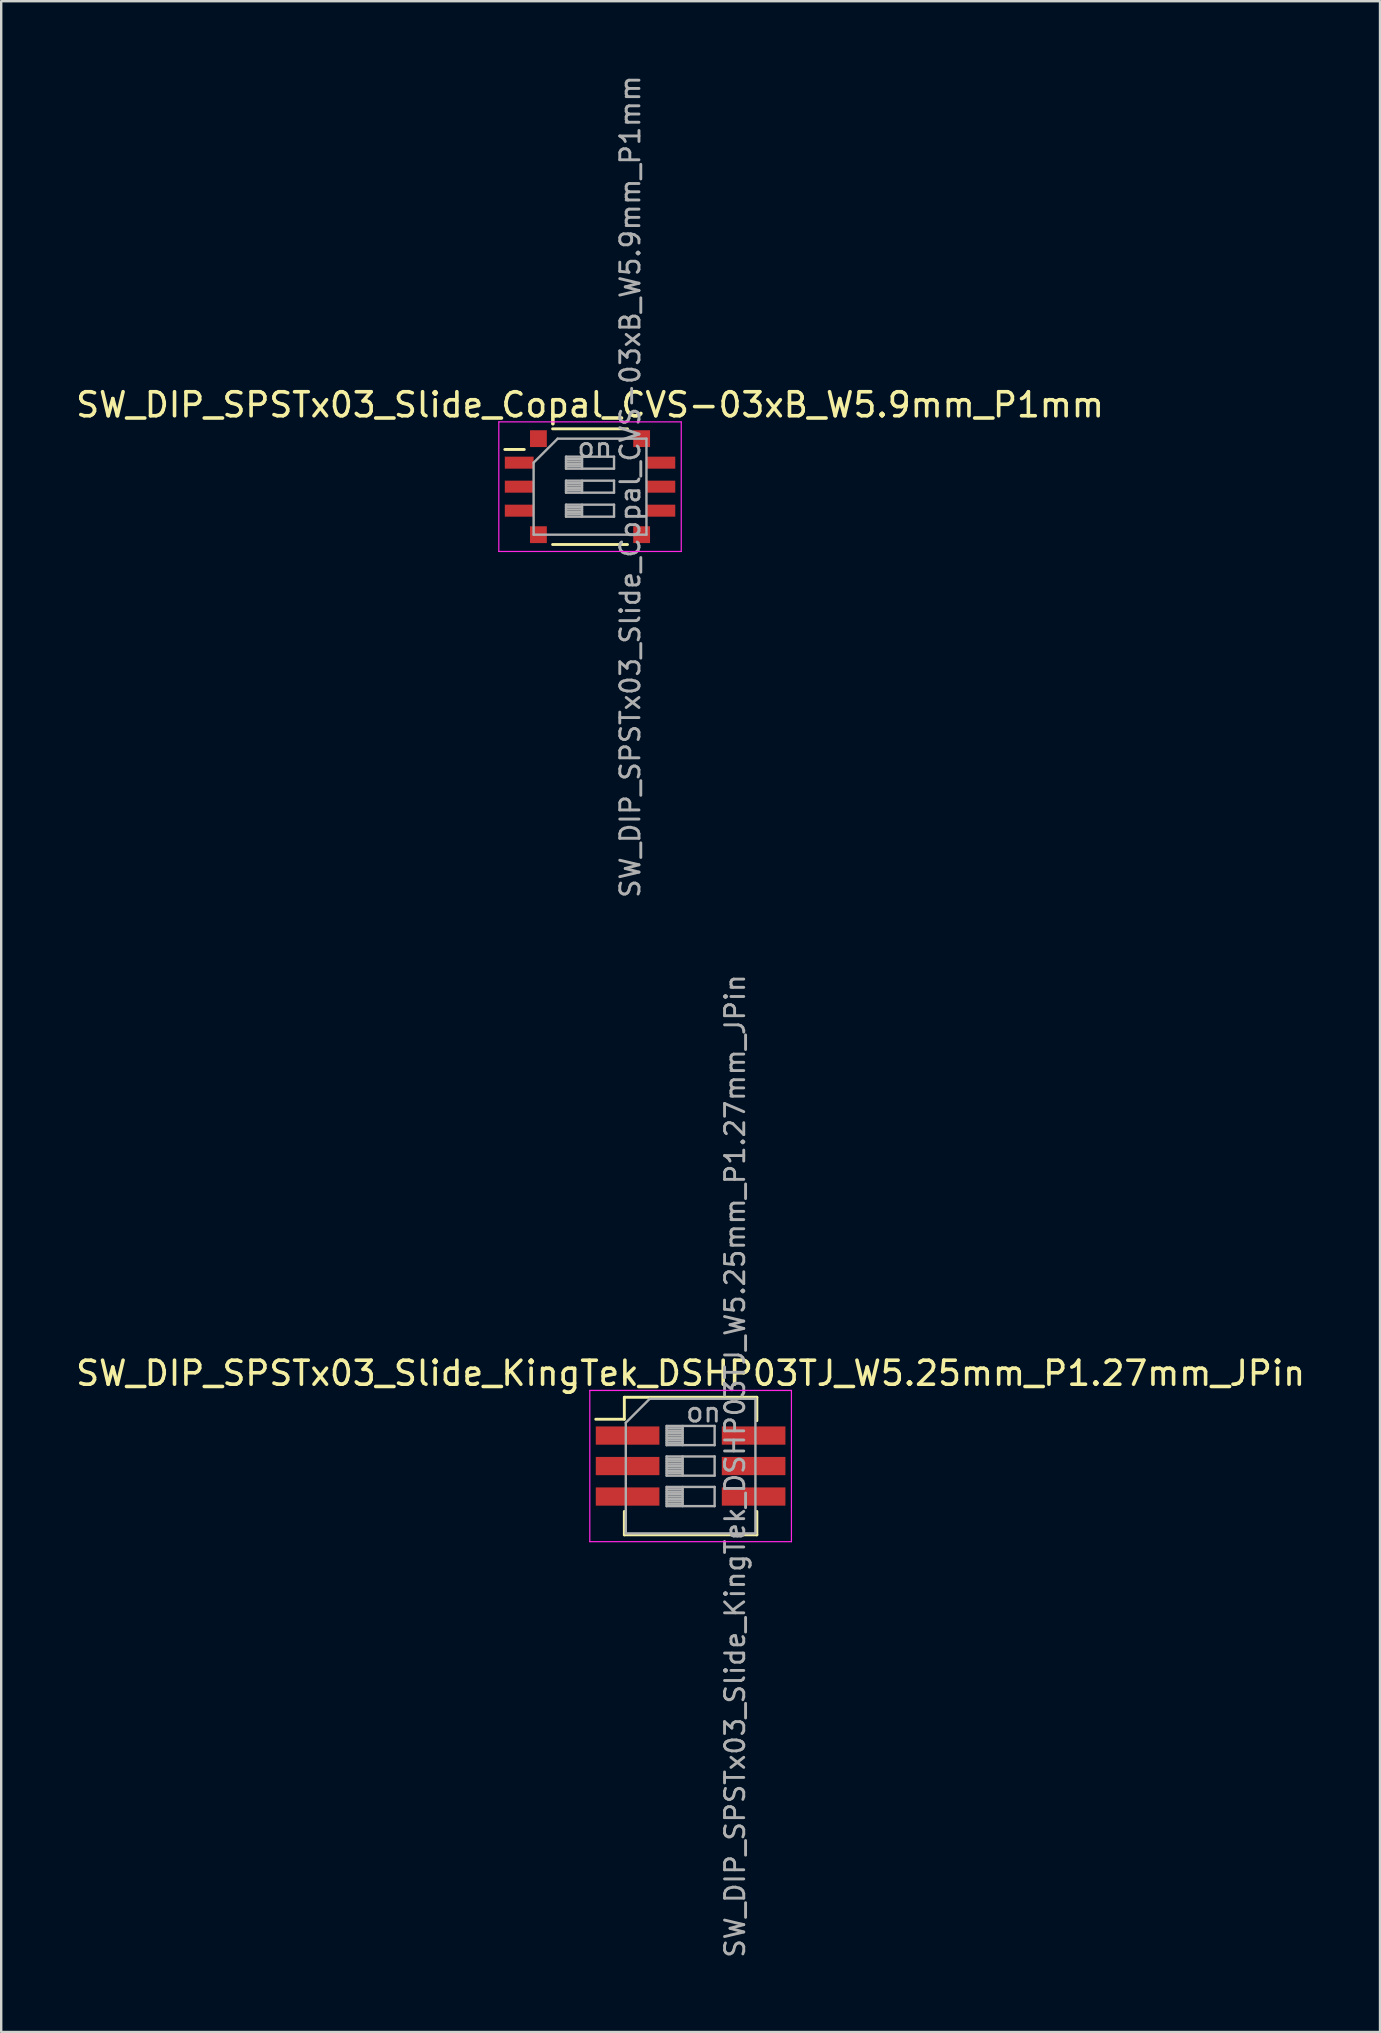
<source format=kicad_pcb>
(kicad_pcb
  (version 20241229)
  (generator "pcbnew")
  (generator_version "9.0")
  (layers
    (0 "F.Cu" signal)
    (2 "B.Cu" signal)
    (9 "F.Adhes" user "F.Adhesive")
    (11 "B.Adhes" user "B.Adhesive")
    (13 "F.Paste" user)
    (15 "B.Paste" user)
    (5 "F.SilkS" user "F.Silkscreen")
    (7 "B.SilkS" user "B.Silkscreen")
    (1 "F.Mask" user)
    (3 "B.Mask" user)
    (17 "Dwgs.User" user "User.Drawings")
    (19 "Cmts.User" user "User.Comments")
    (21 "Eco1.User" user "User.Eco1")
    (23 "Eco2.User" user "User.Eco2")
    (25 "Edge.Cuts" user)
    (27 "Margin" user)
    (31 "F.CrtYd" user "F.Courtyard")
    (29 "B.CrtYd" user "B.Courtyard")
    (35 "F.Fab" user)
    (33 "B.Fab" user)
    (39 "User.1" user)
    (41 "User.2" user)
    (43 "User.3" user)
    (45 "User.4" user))
  (footprint "SW_DIP_SPSTx03_Slide_Copal_CVS-03xB_W5.9mm_P1mm"
    (layer "F.Cu")
    (at 21.53 17.224)
    (property "Reference" "SW_DIP_SPSTx03_Slide_Copal_CVS-03xB_W5.9mm_P1mm" (at 0 -3.41 0) (layer "F.SilkS") (effects (font (size 1 1) (thickness 0.15))))
    (attr smd)
    (fp_line (start -3.55 -1.55) (end -2.739 -1.55) (stroke (width 0.12) (type solid)) (layer "F.SilkS"))
    (fp_line (start -1.56 -2.41) (end 1.561 -2.41) (stroke (width 0.12) (type solid)) (layer "F.SilkS"))
    (fp_line (start -1.56 2.41) (end 1.561 2.41) (stroke (width 0.12) (type solid)) (layer "F.SilkS"))
    (fp_line (start -3.8 -2.7) (end -3.8 2.7) (stroke (width 0.05) (type solid)) (layer "F.CrtYd"))
    (fp_line (start -3.8 2.7) (end 3.8 2.7) (stroke (width 0.05) (type solid)) (layer "F.CrtYd"))
    (fp_line (start 3.8 -2.7) (end -3.8 -2.7) (stroke (width 0.05) (type solid)) (layer "F.CrtYd"))
    (fp_line (start 3.8 2.7) (end 3.8 -2.7) (stroke (width 0.05) (type solid)) (layer "F.CrtYd"))
    (fp_line (start -2.35 -1) (end -1.35 -2) (stroke (width 0.1) (type solid)) (layer "F.Fab"))
    (fp_line (start -2.35 2) (end -2.35 -1) (stroke (width 0.1) (type solid)) (layer "F.Fab"))
    (fp_line (start -1.35 -2) (end 2.35 -2) (stroke (width 0.1) (type solid)) (layer "F.Fab"))
    (fp_line (start -1 -1.25) (end -1 -0.75) (stroke (width 0.1) (type solid)) (layer "F.Fab"))
    (fp_line (start -1 -1.15) (end -0.333 -1.15) (stroke (width 0.1) (type solid)) (layer "F.Fab"))
    (fp_line (start -1 -1.05) (end -0.333 -1.05) (stroke (width 0.1) (type solid)) (layer "F.Fab"))
    (fp_line (start -1 -0.95) (end -0.333 -0.95) (stroke (width 0.1) (type solid)) (layer "F.Fab"))
    (fp_line (start -1 -0.85) (end -0.333 -0.85) (stroke (width 0.1) (type solid)) (layer "F.Fab"))
    (fp_line (start -1 -0.75) (end 1 -0.75) (stroke (width 0.1) (type solid)) (layer "F.Fab"))
    (fp_line (start -1 -0.25) (end -1 0.25) (stroke (width 0.1) (type solid)) (layer "F.Fab"))
    (fp_line (start -1 -0.15) (end -0.333 -0.15) (stroke (width 0.1) (type solid)) (layer "F.Fab"))
    (fp_line (start -1 -0.05) (end -0.333 -0.05) (stroke (width 0.1) (type solid)) (layer "F.Fab"))
    (fp_line (start -1 0.05) (end -0.333 0.05) (stroke (width 0.1) (type solid)) (layer "F.Fab"))
    (fp_line (start -1 0.15) (end -0.333 0.15) (stroke (width 0.1) (type solid)) (layer "F.Fab"))
    (fp_line (start -1 0.25) (end 1 0.25) (stroke (width 0.1) (type solid)) (layer "F.Fab"))
    (fp_line (start -1 0.75) (end -1 1.25) (stroke (width 0.1) (type solid)) (layer "F.Fab"))
    (fp_line (start -1 0.85) (end -0.333 0.85) (stroke (width 0.1) (type solid)) (layer "F.Fab"))
    (fp_line (start -1 0.95) (end -0.333 0.95) (stroke (width 0.1) (type solid)) (layer "F.Fab"))
    (fp_line (start -1 1.05) (end -0.333 1.05) (stroke (width 0.1) (type solid)) (layer "F.Fab"))
    (fp_line (start -1 1.15) (end -0.333 1.15) (stroke (width 0.1) (type solid)) (layer "F.Fab"))
    (fp_line (start -1 1.25) (end 1 1.25) (stroke (width 0.1) (type solid)) (layer "F.Fab"))
    (fp_line (start -0.333 -1.25) (end -0.333 -0.75) (stroke (width 0.1) (type solid)) (layer "F.Fab"))
    (fp_line (start -0.333 -0.25) (end -0.333 0.25) (stroke (width 0.1) (type solid)) (layer "F.Fab"))
    (fp_line (start -0.333 0.75) (end -0.333 1.25) (stroke (width 0.1) (type solid)) (layer "F.Fab"))
    (fp_line (start 1 -1.25) (end -1 -1.25) (stroke (width 0.1) (type solid)) (layer "F.Fab"))
    (fp_line (start 1 -0.75) (end 1 -1.25) (stroke (width 0.1) (type solid)) (layer "F.Fab"))
    (fp_line (start 1 -0.25) (end -1 -0.25) (stroke (width 0.1) (type solid)) (layer "F.Fab"))
    (fp_line (start 1 0.25) (end 1 -0.25) (stroke (width 0.1) (type solid)) (layer "F.Fab"))
    (fp_line (start 1 0.75) (end -1 0.75) (stroke (width 0.1) (type solid)) (layer "F.Fab"))
    (fp_line (start 1 1.25) (end 1 0.75) (stroke (width 0.1) (type solid)) (layer "F.Fab"))
    (fp_line (start 2.35 -2) (end 2.35 2) (stroke (width 0.1) (type solid)) (layer "F.Fab"))
    (fp_line (start 2.35 2) (end -2.35 2) (stroke (width 0.1) (type solid)) (layer "F.Fab"))
    (fp_text user "${REFERENCE}" (at 1.675 0 90) (layer "F.Fab") (effects (font (size 0.8 0.8) (thickness 0.12))))
    (fp_text user "on" (at 0.2 -1.625 0) (layer "F.Fab") (effects (font (size 0.8 0.8) (thickness 0.12))))
    (pad "1" smd rect (at -2.95 -1) (size 1.2 0.5) (layers "F.Cu" "F.Mask" "F.Paste"))
    (pad "2" smd rect (at -2.95 0) (size 1.2 0.5) (layers "F.Cu" "F.Mask" "F.Paste"))
    (pad "3" smd rect (at -2.95 1) (size 1.2 0.5) (layers "F.Cu" "F.Mask" "F.Paste"))
    (pad "4" smd rect (at 2.95 1) (size 1.2 0.5) (layers "F.Cu" "F.Mask" "F.Paste"))
    (pad "5" smd rect (at 2.95 0) (size 1.2 0.5) (layers "F.Cu" "F.Mask" "F.Paste"))
    (pad "6" smd rect (at 2.95 -1) (size 1.2 0.5) (layers "F.Cu" "F.Mask" "F.Paste"))
    (pad "7" smd rect (at -2.15 -2) (size 0.7 0.7) (layers "F.Cu" "F.Mask" "F.Paste"))
    (pad "7" smd rect (at -2.15 2) (size 0.7 0.7) (layers "F.Cu" "F.Mask" "F.Paste"))
    (pad "7" smd rect (at 2.15 -2) (size 0.7 0.7) (layers "F.Cu" "F.Mask" "F.Paste"))
    (pad "7" smd rect (at 2.15 2) (size 0.7 0.7) (layers "F.Cu" "F.Mask" "F.Paste")))
  (footprint "SW_DIP_SPSTx03_Slide_KingTek_DSHP03TJ_W5.25mm_P1.27mm_JPin"
    (layer "F.Cu")
    (at 25.72 58.024)
    (property "Reference" "SW_DIP_SPSTx03_Slide_KingTek_DSHP03TJ_W5.25mm_P1.27mm_JPin" (at 0 -3.865 0) (layer "F.SilkS") (effects (font (size 1 1) (thickness 0.15))))
    (attr smd)
    (fp_line (start -3.951 -1.95) (end -2.761 -1.95) (stroke (width 0.12) (type solid)) (layer "F.SilkS"))
    (fp_line (start -2.761 -2.865) (end -2.761 -1.95) (stroke (width 0.12) (type solid)) (layer "F.SilkS"))
    (fp_line (start -2.761 -2.865) (end 2.76 -2.865) (stroke (width 0.12) (type solid)) (layer "F.SilkS"))
    (fp_line (start -2.761 1.89) (end -2.761 2.866) (stroke (width 0.12) (type solid)) (layer "F.SilkS"))
    (fp_line (start -2.761 2.866) (end 2.76 2.866) (stroke (width 0.12) (type solid)) (layer "F.SilkS"))
    (fp_line (start 2.76 -2.865) (end 2.76 -1.89) (stroke (width 0.12) (type solid)) (layer "F.SilkS"))
    (fp_line (start 2.76 1.89) (end 2.76 2.866) (stroke (width 0.12) (type solid)) (layer "F.SilkS"))
    (fp_line (start -4.2 -3.15) (end -4.2 3.15) (stroke (width 0.05) (type solid)) (layer "F.CrtYd"))
    (fp_line (start -4.2 3.15) (end 4.2 3.15) (stroke (width 0.05) (type solid)) (layer "F.CrtYd"))
    (fp_line (start 4.2 -3.15) (end -4.2 -3.15) (stroke (width 0.05) (type solid)) (layer "F.CrtYd"))
    (fp_line (start 4.2 3.15) (end 4.2 -3.15) (stroke (width 0.05) (type solid)) (layer "F.CrtYd"))
    (fp_line (start -2.7 -1.805) (end -1.7 -2.805) (stroke (width 0.1) (type solid)) (layer "F.Fab"))
    (fp_line (start -2.7 2.805) (end -2.7 -1.805) (stroke (width 0.1) (type solid)) (layer "F.Fab"))
    (fp_line (start -1.7 -2.805) (end 2.7 -2.805) (stroke (width 0.1) (type solid)) (layer "F.Fab"))
    (fp_line (start -1 -1.67) (end -1 -0.87) (stroke (width 0.1) (type solid)) (layer "F.Fab"))
    (fp_line (start -1 -1.57) (end -0.333 -1.57) (stroke (width 0.1) (type solid)) (layer "F.Fab"))
    (fp_line (start -1 -1.47) (end -0.333 -1.47) (stroke (width 0.1) (type solid)) (layer "F.Fab"))
    (fp_line (start -1 -1.37) (end -0.333 -1.37) (stroke (width 0.1) (type solid)) (layer "F.Fab"))
    (fp_line (start -1 -1.27) (end -0.333 -1.27) (stroke (width 0.1) (type solid)) (layer "F.Fab"))
    (fp_line (start -1 -1.17) (end -0.333 -1.17) (stroke (width 0.1) (type solid)) (layer "F.Fab"))
    (fp_line (start -1 -1.07) (end -0.333 -1.07) (stroke (width 0.1) (type solid)) (layer "F.Fab"))
    (fp_line (start -1 -0.97) (end -0.333 -0.97) (stroke (width 0.1) (type solid)) (layer "F.Fab"))
    (fp_line (start -1 -0.87) (end 1 -0.87) (stroke (width 0.1) (type solid)) (layer "F.Fab"))
    (fp_line (start -1 -0.4) (end -1 0.4) (stroke (width 0.1) (type solid)) (layer "F.Fab"))
    (fp_line (start -1 -0.3) (end -0.333 -0.3) (stroke (width 0.1) (type solid)) (layer "F.Fab"))
    (fp_line (start -1 -0.2) (end -0.333 -0.2) (stroke (width 0.1) (type solid)) (layer "F.Fab"))
    (fp_line (start -1 -0.1) (end -0.333 -0.1) (stroke (width 0.1) (type solid)) (layer "F.Fab"))
    (fp_line (start -1 0) (end -0.333 0) (stroke (width 0.1) (type solid)) (layer "F.Fab"))
    (fp_line (start -1 0.1) (end -0.333 0.1) (stroke (width 0.1) (type solid)) (layer "F.Fab"))
    (fp_line (start -1 0.2) (end -0.333 0.2) (stroke (width 0.1) (type solid)) (layer "F.Fab"))
    (fp_line (start -1 0.3) (end -0.333 0.3) (stroke (width 0.1) (type solid)) (layer "F.Fab"))
    (fp_line (start -1 0.4) (end 1 0.4) (stroke (width 0.1) (type solid)) (layer "F.Fab"))
    (fp_line (start -1 0.87) (end -1 1.67) (stroke (width 0.1) (type solid)) (layer "F.Fab"))
    (fp_line (start -1 0.97) (end -0.333 0.97) (stroke (width 0.1) (type solid)) (layer "F.Fab"))
    (fp_line (start -1 1.07) (end -0.333 1.07) (stroke (width 0.1) (type solid)) (layer "F.Fab"))
    (fp_line (start -1 1.17) (end -0.333 1.17) (stroke (width 0.1) (type solid)) (layer "F.Fab"))
    (fp_line (start -1 1.27) (end -0.333 1.27) (stroke (width 0.1) (type solid)) (layer "F.Fab"))
    (fp_line (start -1 1.37) (end -0.333 1.37) (stroke (width 0.1) (type solid)) (layer "F.Fab"))
    (fp_line (start -1 1.47) (end -0.333 1.47) (stroke (width 0.1) (type solid)) (layer "F.Fab"))
    (fp_line (start -1 1.57) (end -0.333 1.57) (stroke (width 0.1) (type solid)) (layer "F.Fab"))
    (fp_line (start -1 1.67) (end 1 1.67) (stroke (width 0.1) (type solid)) (layer "F.Fab"))
    (fp_line (start -0.333 -1.67) (end -0.333 -0.87) (stroke (width 0.1) (type solid)) (layer "F.Fab"))
    (fp_line (start -0.333 -0.4) (end -0.333 0.4) (stroke (width 0.1) (type solid)) (layer "F.Fab"))
    (fp_line (start -0.333 0.87) (end -0.333 1.67) (stroke (width 0.1) (type solid)) (layer "F.Fab"))
    (fp_line (start 1 -1.67) (end -1 -1.67) (stroke (width 0.1) (type solid)) (layer "F.Fab"))
    (fp_line (start 1 -0.87) (end 1 -1.67) (stroke (width 0.1) (type solid)) (layer "F.Fab"))
    (fp_line (start 1 -0.4) (end -1 -0.4) (stroke (width 0.1) (type solid)) (layer "F.Fab"))
    (fp_line (start 1 0.4) (end 1 -0.4) (stroke (width 0.1) (type solid)) (layer "F.Fab"))
    (fp_line (start 1 0.87) (end -1 0.87) (stroke (width 0.1) (type solid)) (layer "F.Fab"))
    (fp_line (start 1 1.67) (end 1 0.87) (stroke (width 0.1) (type solid)) (layer "F.Fab"))
    (fp_line (start 2.7 -2.805) (end 2.7 2.805) (stroke (width 0.1) (type solid)) (layer "F.Fab"))
    (fp_line (start 2.7 2.805) (end -2.7 2.805) (stroke (width 0.1) (type solid)) (layer "F.Fab"))
    (fp_text user "${REFERENCE}" (at 1.85 0 90) (layer "F.Fab") (effects (font (size 0.8 0.8) (thickness 0.12))))
    (fp_text user "on" (at 0.537 -2.237 0) (layer "F.Fab") (effects (font (size 0.8 0.8) (thickness 0.12))))
    (pad "1" smd rect (at -2.625 -1.27) (size 2.65 0.76) (layers "F.Cu" "F.Mask" "F.Paste"))
    (pad "2" smd rect (at -2.625 0) (size 2.65 0.76) (layers "F.Cu" "F.Mask" "F.Paste"))
    (pad "3" smd rect (at -2.625 1.27) (size 2.65 0.76) (layers "F.Cu" "F.Mask" "F.Paste"))
    (pad "4" smd rect (at 2.625 1.27) (size 2.65 0.76) (layers "F.Cu" "F.Mask" "F.Paste"))
    (pad "5" smd rect (at 2.625 0) (size 2.65 0.76) (layers "F.Cu" "F.Mask" "F.Paste"))
    (pad "6" smd rect (at 2.625 -1.27) (size 2.65 0.76) (layers "F.Cu" "F.Mask" "F.Paste")))
  (gr_rect
    (start -3 -3)
    (end 54.44 81.6)
    (stroke (width 0.1) (type default))
    (fill no)
    (layer "Edge.Cuts")))
</source>
